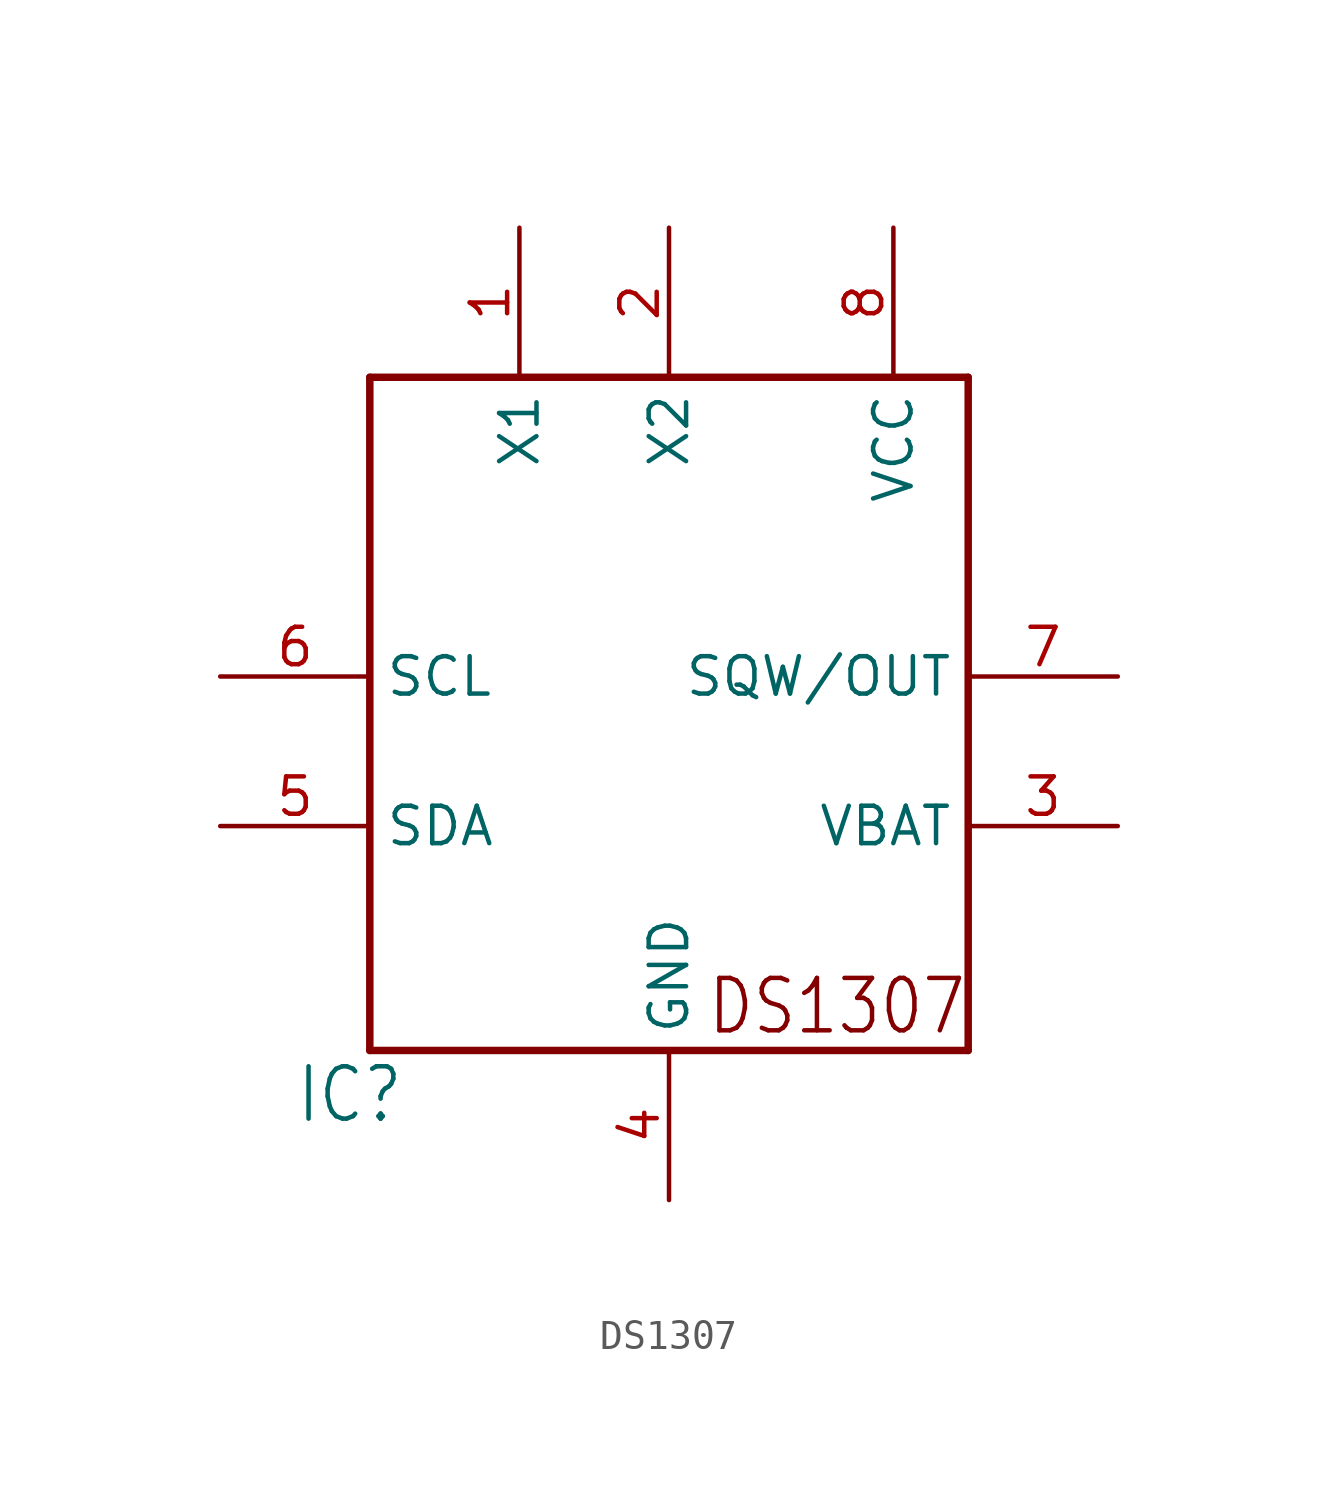
<source format=kicad_sym>
(kicad_symbol_lib
  (version 20211014)
  (generator kicad_symbol_editor)
  (symbol "DS1307"
    (property "Reference" "IC"
      (at -12.7 -12.7 0)
      (effects (font (size 1.778 1.511)) (justify left bottom)))
    (property "ki_locked" ""
      (at 0 0 0)
      (effects (font (size 1.27 1.27))))
    (symbol "DS1307_1_0"
      (polyline (pts (xy -10.16 -10.16) (xy -10.16 12.7)) (stroke (width 0.254) (type default) (color 0 0 0 0)) (fill (type none)))
      (polyline (pts (xy -10.16 12.7) (xy 10.16 12.7)) (stroke (width 0.254) (type default) (color 0 0 0 0)) (fill (type none)))
      (polyline (pts (xy 10.16 -10.16) (xy -10.16 -10.16)) (stroke (width 0.254) (type default) (color 0 0 0 0)) (fill (type none)))
      (polyline (pts (xy 10.16 12.7) (xy 10.16 -10.16)) (stroke (width 0.254) (type default) (color 0 0 0 0)) (fill (type none)))
      (text "DS1307" (at 10.16 -7.62 0) (effects (font (size 1.778 1.511)) (justify right top)))
      (pin passive line (at -5.08 17.78 270) (length 5.08) (name "X1" (effects (font (size 1.27 1.27)))) (number "1" (effects (font (size 1.27 1.27)))))
      (pin passive line (at 0 17.78 270) (length 5.08) (name "X2" (effects (font (size 1.27 1.27)))) (number "2" (effects (font (size 1.27 1.27)))))
      (pin power_in line (at 15.24 -2.54 180) (length 5.08) (name "VBAT" (effects (font (size 1.27 1.27)))) (number "3" (effects (font (size 1.27 1.27)))))
      (pin power_in line (at 0 -15.24 90) (length 5.08) (name "GND" (effects (font (size 1.27 1.27)))) (number "4" (effects (font (size 1.27 1.27)))))
      (pin bidirectional line (at -15.24 -2.54 0) (length 5.08) (name "SDA" (effects (font (size 1.27 1.27)))) (number "5" (effects (font (size 1.27 1.27)))))
      (pin bidirectional line (at -15.24 2.54 0) (length 5.08) (name "SCL" (effects (font (size 1.27 1.27)))) (number "6" (effects (font (size 1.27 1.27)))))
      (pin bidirectional line (at 15.24 2.54 180) (length 5.08) (name "SQW/OUT" (effects (font (size 1.27 1.27)))) (number "7" (effects (font (size 1.27 1.27)))))
      (pin power_in line (at 7.62 17.78 270) (length 5.08) (name "VCC" (effects (font (size 1.27 1.27)))) (number "8" (effects (font (size 1.27 1.27))))))))
</source>
